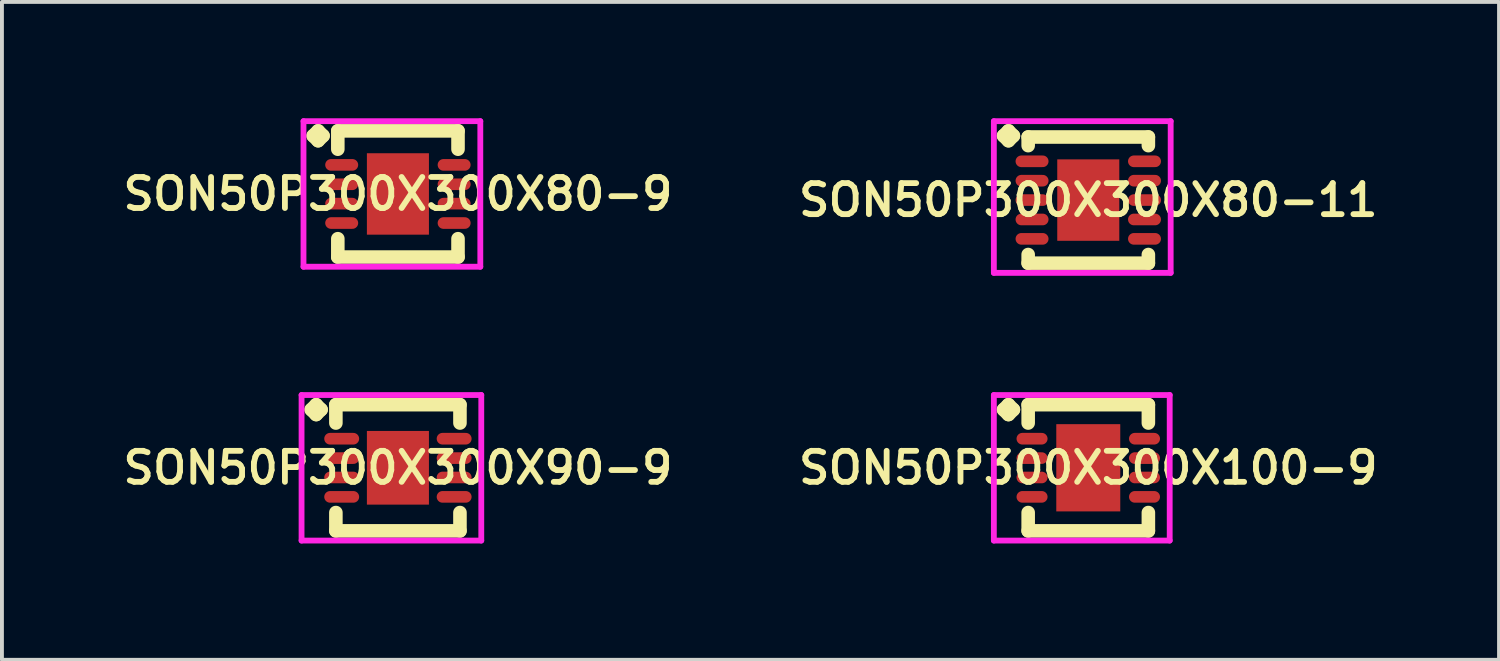
<source format=kicad_pcb>
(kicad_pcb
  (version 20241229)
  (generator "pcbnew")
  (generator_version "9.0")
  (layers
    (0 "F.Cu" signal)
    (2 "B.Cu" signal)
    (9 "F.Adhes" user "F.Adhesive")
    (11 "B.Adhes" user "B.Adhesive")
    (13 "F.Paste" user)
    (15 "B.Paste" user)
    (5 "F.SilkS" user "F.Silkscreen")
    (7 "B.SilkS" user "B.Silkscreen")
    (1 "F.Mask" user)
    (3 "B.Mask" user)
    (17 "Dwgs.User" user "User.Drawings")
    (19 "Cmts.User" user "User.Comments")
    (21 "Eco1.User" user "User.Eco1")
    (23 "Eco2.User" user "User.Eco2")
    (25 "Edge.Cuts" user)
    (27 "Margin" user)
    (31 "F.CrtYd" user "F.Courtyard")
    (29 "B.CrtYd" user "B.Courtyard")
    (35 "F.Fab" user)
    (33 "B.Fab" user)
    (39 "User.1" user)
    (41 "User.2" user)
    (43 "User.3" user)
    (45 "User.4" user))
  (footprint "SON50P300X300X80-11"
    (layer "F.Cu")
    (at 25.016 2.11)
    (property "Reference" "SON50P300X300X80-11" (at 0 0 0) (layer "F.SilkS") (effects (font (size 0.8 0.8) (thickness 0.15))))
    (attr through_hole)
    (fp_line (start -2.185 -1.658) (end -2.058 -1.785) (stroke (width 0.35) (type solid)) (layer "F.SilkS"))
    (fp_line (start -2.058 -1.785) (end -1.931 -1.658) (stroke (width 0.35) (type solid)) (layer "F.SilkS"))
    (fp_line (start -2.058 -1.531) (end -2.185 -1.658) (stroke (width 0.35) (type solid)) (layer "F.SilkS"))
    (fp_line (start -1.931 -1.658) (end -2.058 -1.531) (stroke (width 0.35) (type solid)) (layer "F.SilkS"))
    (fp_line (start -1.55 -1.627) (end 1.55 -1.627) (stroke (width 0.35) (type solid)) (layer "F.SilkS"))
    (fp_line (start -1.55 -1.404) (end -1.55 -1.627) (stroke (width 0.35) (type solid)) (layer "F.SilkS"))
    (fp_line (start -1.55 1.404) (end -1.55 1.627) (stroke (width 0.35) (type solid)) (layer "F.SilkS"))
    (fp_line (start -1.55 1.627) (end 1.55 1.627) (stroke (width 0.35) (type solid)) (layer "F.SilkS"))
    (fp_line (start 1.55 -1.627) (end 1.55 -1.404) (stroke (width 0.35) (type solid)) (layer "F.SilkS"))
    (fp_line (start 1.55 1.627) (end 1.55 1.404) (stroke (width 0.35) (type solid)) (layer "F.SilkS"))
    (fp_line (start -2.435 -2.035) (end 2.125 -2.035) (stroke (width 0.15) (type solid)) (layer "F.CrtYd"))
    (fp_line (start -2.435 1.877) (end -2.435 -2.035) (stroke (width 0.15) (type solid)) (layer "F.CrtYd"))
    (fp_line (start 2.125 -2.035) (end 2.125 1.877) (stroke (width 0.15) (type solid)) (layer "F.CrtYd"))
    (fp_line (start 2.125 1.877) (end -2.435 1.877) (stroke (width 0.15) (type solid)) (layer "F.CrtYd"))
    (pad "1" smd oval (at -1.45 -1) (size 0.85 0.3) (layers "F.Cu" "F.Mask" "F.Paste"))
    (pad "2" smd oval (at -1.45 -0.5) (size 0.85 0.3) (layers "F.Cu" "F.Mask" "F.Paste"))
    (pad "3" smd oval (at -1.45 0) (size 0.85 0.3) (layers "F.Cu" "F.Mask" "F.Paste"))
    (pad "4" smd oval (at -1.45 0.5) (size 0.85 0.3) (layers "F.Cu" "F.Mask" "F.Paste"))
    (pad "5" smd oval (at -1.45 1) (size 0.85 0.3) (layers "F.Cu" "F.Mask" "F.Paste"))
    (pad "6" smd oval (at 1.45 1) (size 0.85 0.3) (layers "F.Cu" "F.Mask" "F.Paste"))
    (pad "7" smd oval (at 1.45 0.5) (size 0.85 0.3) (layers "F.Cu" "F.Mask" "F.Paste"))
    (pad "8" smd oval (at 1.45 0) (size 0.85 0.3) (layers "F.Cu" "F.Mask" "F.Paste"))
    (pad "9" smd oval (at 1.45 -0.5) (size 0.85 0.3) (layers "F.Cu" "F.Mask" "F.Paste"))
    (pad "10" smd oval (at 1.45 -1) (size 0.85 0.3) (layers "F.Cu" "F.Mask" "F.Paste"))
    (pad "11" smd rect (at 0 0) (size 1.6 2.1) (layers "F.Cu" "F.Mask" "F.Paste")))
  (footprint "SON50P300X300X100-9"
    (layer "F.Cu")
    (at 25.016 9.014)
    (property "Reference" "SON50P300X300X100-9" (at 0 0 0) (layer "F.SilkS") (effects (font (size 0.8 0.8) (thickness 0.15))))
    (attr through_hole)
    (fp_line (start -2.185 -1.5) (end -2.058 -1.627) (stroke (width 0.35) (type solid)) (layer "F.SilkS"))
    (fp_line (start -2.058 -1.627) (end -1.931 -1.5) (stroke (width 0.35) (type solid)) (layer "F.SilkS"))
    (fp_line (start -2.058 -1.373) (end -2.185 -1.5) (stroke (width 0.35) (type solid)) (layer "F.SilkS"))
    (fp_line (start -1.931 -1.5) (end -2.058 -1.373) (stroke (width 0.35) (type solid)) (layer "F.SilkS"))
    (fp_line (start -1.55 -1.627) (end 1.55 -1.627) (stroke (width 0.35) (type solid)) (layer "F.SilkS"))
    (fp_line (start -1.55 -1.154) (end -1.55 -1.627) (stroke (width 0.35) (type solid)) (layer "F.SilkS"))
    (fp_line (start -1.55 1.154) (end -1.55 1.627) (stroke (width 0.35) (type solid)) (layer "F.SilkS"))
    (fp_line (start -1.55 1.627) (end 1.55 1.627) (stroke (width 0.35) (type solid)) (layer "F.SilkS"))
    (fp_line (start 1.55 -1.627) (end 1.55 -1.154) (stroke (width 0.35) (type solid)) (layer "F.SilkS"))
    (fp_line (start 1.55 1.627) (end 1.55 1.154) (stroke (width 0.35) (type solid)) (layer "F.SilkS"))
    (fp_line (start -2.435 -1.877) (end 2.1 -1.877) (stroke (width 0.15) (type solid)) (layer "F.CrtYd"))
    (fp_line (start -2.435 1.877) (end -2.435 -1.877) (stroke (width 0.15) (type solid)) (layer "F.CrtYd"))
    (fp_line (start 2.1 -1.877) (end 2.1 1.877) (stroke (width 0.15) (type solid)) (layer "F.CrtYd"))
    (fp_line (start 2.1 1.877) (end -2.435 1.877) (stroke (width 0.15) (type solid)) (layer "F.CrtYd"))
    (pad "1" smd oval (at -1.45 -0.75) (size 0.8 0.3) (layers "F.Cu" "F.Mask" "F.Paste"))
    (pad "2" smd oval (at -1.45 -0.25) (size 0.8 0.3) (layers "F.Cu" "F.Mask" "F.Paste"))
    (pad "3" smd oval (at -1.45 0.25) (size 0.8 0.3) (layers "F.Cu" "F.Mask" "F.Paste"))
    (pad "4" smd oval (at -1.45 0.75) (size 0.8 0.3) (layers "F.Cu" "F.Mask" "F.Paste"))
    (pad "5" smd oval (at 1.45 0.75) (size 0.8 0.3) (layers "F.Cu" "F.Mask" "F.Paste"))
    (pad "6" smd oval (at 1.45 0.25) (size 0.8 0.3) (layers "F.Cu" "F.Mask" "F.Paste"))
    (pad "7" smd oval (at 1.45 -0.25) (size 0.8 0.3) (layers "F.Cu" "F.Mask" "F.Paste"))
    (pad "8" smd oval (at 1.45 -0.75) (size 0.8 0.3) (layers "F.Cu" "F.Mask" "F.Paste"))
    (pad "9" smd rect (at 0 0) (size 1.65 2.25) (layers "F.Cu" "F.Mask" "F.Paste")))
  (footprint "SON50P300X300X90-9"
    (layer "F.Cu")
    (at 7.212 9.014)
    (property "Reference" "SON50P300X300X90-9" (at 0 0 0) (layer "F.SilkS") (effects (font (size 0.8 0.8) (thickness 0.15))))
    (attr smd)
    (fp_line (start -2.235 -1.5) (end -2.108 -1.627) (stroke (width 0.35) (type solid)) (layer "F.SilkS"))
    (fp_line (start -2.108 -1.627) (end -1.981 -1.5) (stroke (width 0.35) (type solid)) (layer "F.SilkS"))
    (fp_line (start -2.108 -1.373) (end -2.235 -1.5) (stroke (width 0.35) (type solid)) (layer "F.SilkS"))
    (fp_line (start -1.981 -1.5) (end -2.108 -1.373) (stroke (width 0.35) (type solid)) (layer "F.SilkS"))
    (fp_line (start -1.6 -1.627) (end 1.6 -1.627) (stroke (width 0.35) (type solid)) (layer "F.SilkS"))
    (fp_line (start -1.6 -1.154) (end -1.6 -1.627) (stroke (width 0.35) (type solid)) (layer "F.SilkS"))
    (fp_line (start -1.6 1.154) (end -1.6 1.627) (stroke (width 0.35) (type solid)) (layer "F.SilkS"))
    (fp_line (start -1.6 1.627) (end 1.6 1.627) (stroke (width 0.35) (type solid)) (layer "F.SilkS"))
    (fp_line (start 1.6 -1.627) (end 1.6 -1.154) (stroke (width 0.35) (type solid)) (layer "F.SilkS"))
    (fp_line (start 1.6 1.627) (end 1.6 1.154) (stroke (width 0.35) (type solid)) (layer "F.SilkS"))
    (fp_line (start -2.485 -1.877) (end 2.15 -1.877) (stroke (width 0.15) (type solid)) (layer "F.CrtYd"))
    (fp_line (start -2.485 1.877) (end -2.485 -1.877) (stroke (width 0.15) (type solid)) (layer "F.CrtYd"))
    (fp_line (start 2.15 -1.877) (end 2.15 1.877) (stroke (width 0.15) (type solid)) (layer "F.CrtYd"))
    (fp_line (start 2.15 1.877) (end -2.485 1.877) (stroke (width 0.15) (type solid)) (layer "F.CrtYd"))
    (pad "1" smd oval (at -1.45 -0.75) (size 0.9 0.3) (layers "F.Cu" "F.Mask" "F.Paste"))
    (pad "2" smd oval (at -1.45 -0.25) (size 0.9 0.3) (layers "F.Cu" "F.Mask" "F.Paste"))
    (pad "3" smd oval (at -1.45 0.25) (size 0.9 0.3) (layers "F.Cu" "F.Mask" "F.Paste"))
    (pad "4" smd oval (at -1.45 0.75) (size 0.9 0.3) (layers "F.Cu" "F.Mask" "F.Paste"))
    (pad "5" smd oval (at 1.45 0.75) (size 0.9 0.3) (layers "F.Cu" "F.Mask" "F.Paste"))
    (pad "6" smd oval (at 1.45 0.25) (size 0.9 0.3) (layers "F.Cu" "F.Mask" "F.Paste"))
    (pad "7" smd oval (at 1.45 -0.25) (size 0.9 0.3) (layers "F.Cu" "F.Mask" "F.Paste"))
    (pad "8" smd oval (at 1.45 -0.75) (size 0.9 0.3) (layers "F.Cu" "F.Mask" "F.Paste"))
    (pad "9" smd rect (at 0 0) (size 1.6 1.9) (layers "F.Cu" "F.Mask" "F.Paste")))
  (footprint "SON50P300X300X80-9"
    (layer "F.Cu")
    (at 7.212 1.952)
    (property "Reference" "SON50P300X300X80-9" (at 0 0 0) (layer "F.SilkS") (effects (font (size 0.8 0.8) (thickness 0.15))))
    (attr smd)
    (fp_line (start -2.185 -1.5) (end -2.058 -1.627) (stroke (width 0.35) (type solid)) (layer "F.SilkS"))
    (fp_line (start -2.058 -1.627) (end -1.931 -1.5) (stroke (width 0.35) (type solid)) (layer "F.SilkS"))
    (fp_line (start -2.058 -1.373) (end -2.185 -1.5) (stroke (width 0.35) (type solid)) (layer "F.SilkS"))
    (fp_line (start -1.931 -1.5) (end -2.058 -1.373) (stroke (width 0.35) (type solid)) (layer "F.SilkS"))
    (fp_line (start -1.55 -1.627) (end 1.55 -1.627) (stroke (width 0.35) (type solid)) (layer "F.SilkS"))
    (fp_line (start -1.55 -1.154) (end -1.55 -1.627) (stroke (width 0.35) (type solid)) (layer "F.SilkS"))
    (fp_line (start -1.55 1.154) (end -1.55 1.627) (stroke (width 0.35) (type solid)) (layer "F.SilkS"))
    (fp_line (start -1.55 1.627) (end 1.55 1.627) (stroke (width 0.35) (type solid)) (layer "F.SilkS"))
    (fp_line (start 1.55 -1.627) (end 1.55 -1.154) (stroke (width 0.35) (type solid)) (layer "F.SilkS"))
    (fp_line (start 1.55 1.627) (end 1.55 1.154) (stroke (width 0.35) (type solid)) (layer "F.SilkS"))
    (fp_line (start -2.435 -1.877) (end 2.125 -1.877) (stroke (width 0.15) (type solid)) (layer "F.CrtYd"))
    (fp_line (start -2.435 1.877) (end -2.435 -1.877) (stroke (width 0.15) (type solid)) (layer "F.CrtYd"))
    (fp_line (start 2.125 -1.877) (end 2.125 1.877) (stroke (width 0.15) (type solid)) (layer "F.CrtYd"))
    (fp_line (start 2.125 1.877) (end -2.435 1.877) (stroke (width 0.15) (type solid)) (layer "F.CrtYd"))
    (pad "1" smd oval (at -1.45 -0.75) (size 0.85 0.3) (layers "F.Cu" "F.Mask" "F.Paste"))
    (pad "2" smd oval (at -1.45 -0.25) (size 0.85 0.3) (layers "F.Cu" "F.Mask" "F.Paste"))
    (pad "3" smd oval (at -1.45 0.25) (size 0.85 0.3) (layers "F.Cu" "F.Mask" "F.Paste"))
    (pad "4" smd oval (at -1.45 0.75) (size 0.85 0.3) (layers "F.Cu" "F.Mask" "F.Paste"))
    (pad "5" smd oval (at 1.45 0.75) (size 0.85 0.3) (layers "F.Cu" "F.Mask" "F.Paste"))
    (pad "6" smd oval (at 1.45 0.25) (size 0.85 0.3) (layers "F.Cu" "F.Mask" "F.Paste"))
    (pad "7" smd oval (at 1.45 -0.25) (size 0.85 0.3) (layers "F.Cu" "F.Mask" "F.Paste"))
    (pad "8" smd oval (at 1.45 -0.75) (size 0.85 0.3) (layers "F.Cu" "F.Mask" "F.Paste"))
    (pad "9" smd rect (at 0 0) (size 1.6 2.1) (layers "F.Cu" "F.Mask" "F.Paste")))
  (gr_rect
    (start -3 -3)
    (end 35.609 13.966)
    (stroke (width 0.1) (type default))
    (fill no)
    (layer "Edge.Cuts")))
</source>
